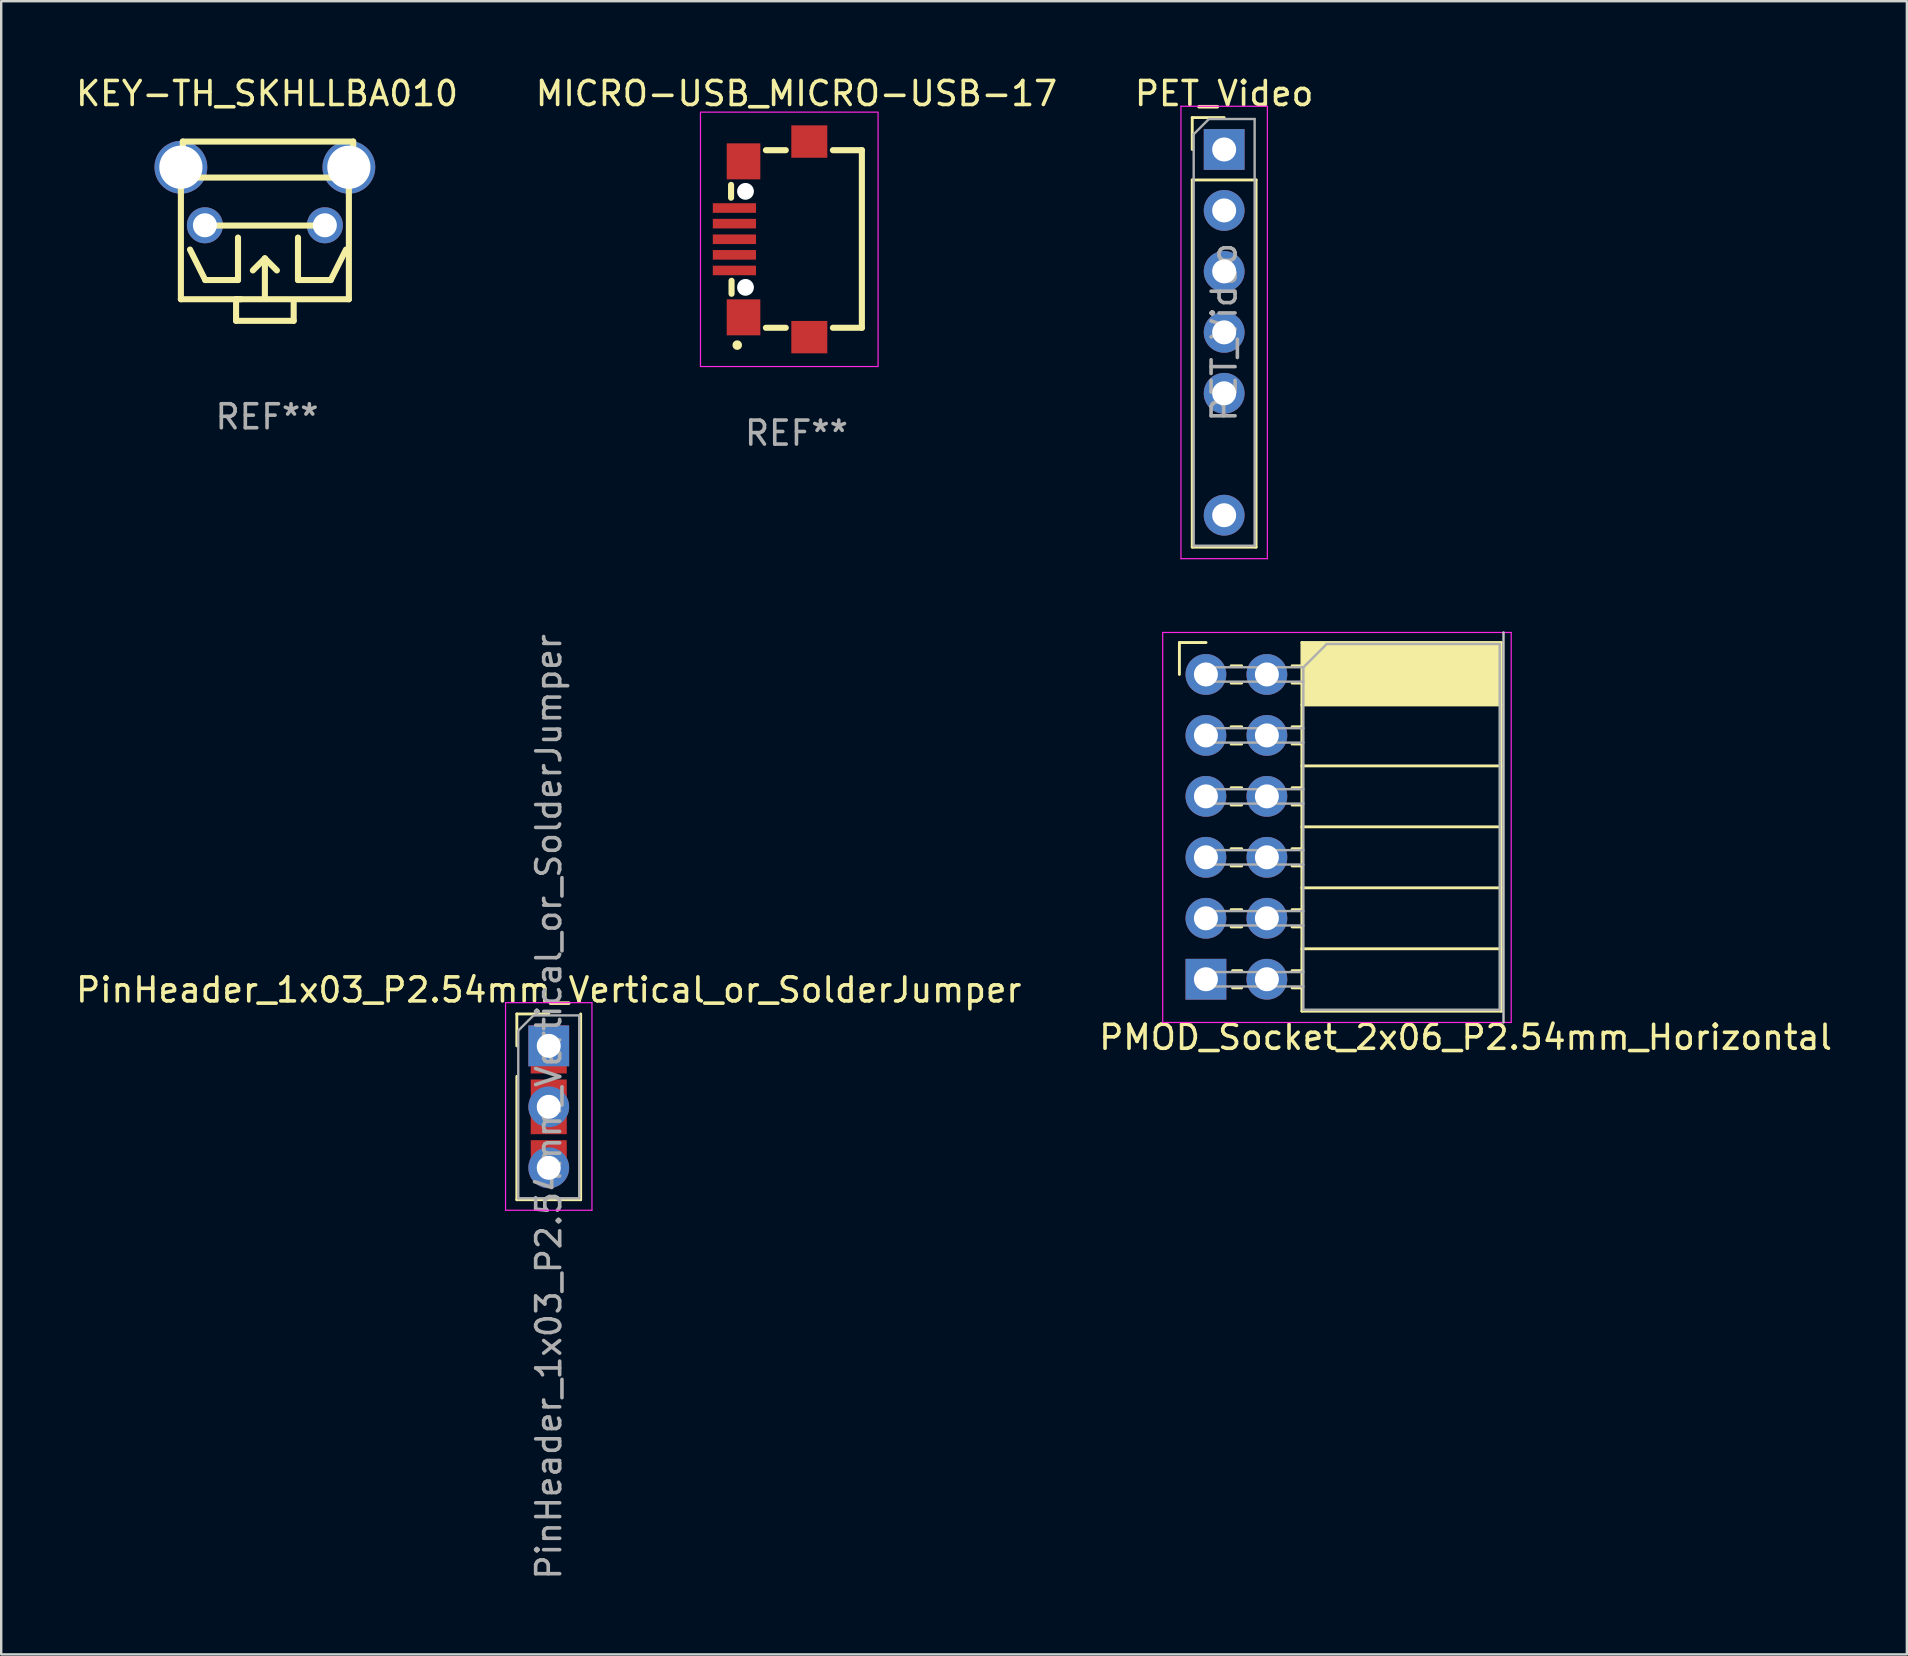
<source format=kicad_pcb>
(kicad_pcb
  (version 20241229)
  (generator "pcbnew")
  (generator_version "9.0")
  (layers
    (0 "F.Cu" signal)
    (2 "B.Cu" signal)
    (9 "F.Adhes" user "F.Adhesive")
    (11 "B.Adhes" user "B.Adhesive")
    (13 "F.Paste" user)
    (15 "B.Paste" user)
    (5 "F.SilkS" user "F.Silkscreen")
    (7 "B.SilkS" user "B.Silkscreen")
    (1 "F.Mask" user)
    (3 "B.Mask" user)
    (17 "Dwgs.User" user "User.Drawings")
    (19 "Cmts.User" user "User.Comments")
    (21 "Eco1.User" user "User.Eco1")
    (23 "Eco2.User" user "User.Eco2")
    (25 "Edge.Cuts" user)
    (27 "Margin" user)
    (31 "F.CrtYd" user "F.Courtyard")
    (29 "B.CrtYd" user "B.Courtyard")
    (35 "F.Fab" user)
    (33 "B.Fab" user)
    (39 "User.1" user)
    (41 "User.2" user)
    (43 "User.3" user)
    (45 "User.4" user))
  (footprint "PinHeader_1x03_P2.54mm_Vertical_or_SolderJumper"
    (layer "F.Cu")
    (at 19.815 40.529)
    (property "Reference" "PinHeader_1x03_P2.54mm_Vertical_or_SolderJumper" (at 0 -2.33 0) (layer "F.SilkS") (effects (font (size 1 1) (thickness 0.15))))
    (attr through_hole)
    (fp_line (start -1.33 -1.33) (end 0 -1.33) (stroke (width 0.12) (type solid)) (layer "F.SilkS"))
    (fp_line (start -1.33 0) (end -1.33 -1.33) (stroke (width 0.12) (type solid)) (layer "F.SilkS"))
    (fp_line (start -1.33 1.27) (end -1.33 6.41) (stroke (width 0.12) (type solid)) (layer "F.SilkS"))
    (fp_line (start -1.33 6.41) (end 1.33 6.41) (stroke (width 0.12) (type solid)) (layer "F.SilkS"))
    (fp_line (start 1.33 -1.33) (end 1.33 6.41) (stroke (width 0.12) (type solid)) (layer "F.SilkS"))
    (fp_line (start -1.8 -1.8) (end -1.8 6.85) (stroke (width 0.05) (type solid)) (layer "F.CrtYd"))
    (fp_line (start -1.8 6.85) (end 1.8 6.85) (stroke (width 0.05) (type solid)) (layer "F.CrtYd"))
    (fp_line (start 1.8 -1.8) (end -1.8 -1.8) (stroke (width 0.05) (type solid)) (layer "F.CrtYd"))
    (fp_line (start 1.8 6.85) (end 1.8 -1.8) (stroke (width 0.05) (type solid)) (layer "F.CrtYd"))
    (fp_line (start -1.27 -0.635) (end -0.635 -1.27) (stroke (width 0.1) (type solid)) (layer "F.Fab"))
    (fp_line (start -1.27 6.35) (end -1.27 -0.635) (stroke (width 0.1) (type solid)) (layer "F.Fab"))
    (fp_line (start -0.635 -1.27) (end 1.27 -1.27) (stroke (width 0.1) (type solid)) (layer "F.Fab"))
    (fp_line (start 1.27 -1.27) (end 1.27 6.35) (stroke (width 0.1) (type solid)) (layer "F.Fab"))
    (fp_line (start 1.27 6.35) (end -1.27 6.35) (stroke (width 0.1) (type solid)) (layer "F.Fab"))
    (fp_text user "${REFERENCE}" (at 0 2.54 90) (layer "F.Fab") (effects (font (size 1 1) (thickness 0.15))))
    (pad "1" thru_hole rect (at 0 0) (size 1.7 1.7) (drill 1) (layers "*.Cu" "*.Mask"))
    (pad "1" smd rect (at 0 0.15 270) (size 2 1.5) (layers "F.Cu" "F.Mask"))
    (pad "2" thru_hole oval (at 0 2.54) (size 1.7 1.7) (drill 1) (layers "*.Cu" "*.Mask"))
    (pad "2" smd rect (at 0 2.54 270) (size 2.28 1.5) (layers "F.Cu" "F.Mask"))
    (pad "3" smd rect (at 0 4.702 270) (size 1.545 1.5) (layers "F.Cu" "F.Mask"))
    (pad "3" thru_hole oval (at 0 5.08) (size 1.7 1.7) (drill 1) (layers "*.Cu" "*.Mask")))
  (footprint "MICRO-USB_MICRO-USB-17"
    (layer "F.Cu")
    (at 30.137 6.923)
    (property "Reference" "MICRO-USB_MICRO-USB-17" (at 0 -6.075 0) (layer "F.SilkS") (effects (font (size 1 1) (thickness 0.15))))
    (attr smd)
    (fp_line (start -2.725 -2.269) (end -2.725 -1.736) (stroke (width 0.254) (type solid)) (layer "F.SilkS"))
    (fp_line (start -2.705 1.727) (end -2.705 2.269) (stroke (width 0.254) (type solid)) (layer "F.SilkS"))
    (fp_line (start -0.446 -3.715) (end -1.274 -3.715) (stroke (width 0.254) (type solid)) (layer "F.SilkS"))
    (fp_line (start -0.446 3.685) (end -1.274 3.685) (stroke (width 0.254) (type solid)) (layer "F.SilkS"))
    (fp_line (start 2.725 -3.715) (end 1.517 -3.715) (stroke (width 0.254) (type solid)) (layer "F.SilkS"))
    (fp_line (start 2.725 -3.715) (end 2.725 3.685) (stroke (width 0.254) (type solid)) (layer "F.SilkS"))
    (fp_line (start 2.725 3.685) (end 1.517 3.685) (stroke (width 0.254) (type solid)) (layer "F.SilkS"))
    (fp_circle (center -2.468 4.407) (end -2.368 4.407) (stroke (width 0.2) (type solid)) (fill no) (layer "F.SilkS"))
    (fp_rect (start -4 -5.3) (end 3.4 5.3) (stroke (width 0.05) (type solid)) (fill no) (layer "F.CrtYd"))
    (fp_circle (center -2.124 -2) (end -2.011 -2) (stroke (width 0.225) (type solid)) (fill no) (layer "F.Fab"))
    (fp_circle (center -2.124 2) (end -2.011 2) (stroke (width 0.225) (type solid)) (fill no) (layer "F.Fab"))
    (fp_text user "REF**" (at 0 8.075 0) (layer "F.Fab") (effects (font (size 1 1) (thickness 0.15))))
    (pad "" np_thru_hole circle (at -2.124 -2) (size 0.7 0.7) (drill 0.7) (layers "*.Cu" "*.Mask"))
    (pad "" np_thru_hole circle (at -2.124 2) (size 0.7 0.7) (drill 0.7) (layers "*.Cu" "*.Mask"))
    (pad "1" smd rect (at -2.586 1.296) (size 1.8 0.4) (layers "F.Cu" "F.Mask" "F.Paste"))
    (pad "2" smd rect (at -2.586 0.646) (size 1.8 0.4) (layers "F.Cu" "F.Mask" "F.Paste"))
    (pad "3" smd rect (at -2.586 -0.004) (size 1.8 0.4) (layers "F.Cu" "F.Mask" "F.Paste"))
    (pad "4" smd rect (at -2.586 -0.654) (size 1.8 0.4) (layers "F.Cu" "F.Mask" "F.Paste"))
    (pad "5" smd rect (at -2.586 -1.305) (size 1.8 0.4) (layers "F.Cu" "F.Mask" "F.Paste"))
    (pad "Shield" smd rect (at -2.206 -3.25 270) (size 1.5 1.4) (layers "F.Cu" "F.Mask" "F.Paste"))
    (pad "Shield" smd rect (at -2.206 3.25 270) (size 1.5 1.4) (layers "F.Cu" "F.Mask" "F.Paste"))
    (pad "Shield" smd rect (at 0.535 -4.075) (size 1.5 1.35) (layers "F.Cu" "F.Mask" "F.Paste"))
    (pad "Shield" smd rect (at 0.535 4.075) (size 1.5 1.35) (layers "F.Cu" "F.Mask" "F.Paste")))
  (footprint "KEY-TH_SKHLLBA010"
    (layer "F.Cu")
    (at 8.077 6.583)
    (property "Reference" "KEY-TH_SKHLLBA010" (at 0 -5.735 0) (layer "F.SilkS") (effects (font (size 1 1) (thickness 0.15))))
    (attr through_hole)
    (fp_line (start -3.59 -2.235) (end -3.51 -2.235) (stroke (width 0.254) (type solid)) (layer "F.SilkS"))
    (fp_line (start -3.59 2.835) (end -3.59 -2.235) (stroke (width 0.254) (type solid)) (layer "F.SilkS"))
    (fp_line (start -3.51 -3.735) (end 3.59 -3.735) (stroke (width 0.254) (type solid)) (layer "F.SilkS"))
    (fp_line (start -3.51 -2.235) (end -3.51 -3.735) (stroke (width 0.254) (type solid)) (layer "F.SilkS"))
    (fp_line (start -3.21 0.765) (end -2.575 2.035) (stroke (width 0.254) (type solid)) (layer "F.SilkS"))
    (fp_line (start -2.575 2.035) (end -1.21 2.035) (stroke (width 0.254) (type solid)) (layer "F.SilkS"))
    (fp_line (start -1.29 2.835) (end -1.29 3.735) (stroke (width 0.254) (type solid)) (layer "F.SilkS"))
    (fp_line (start -1.29 3.735) (end 1.11 3.735) (stroke (width 0.254) (type solid)) (layer "F.SilkS"))
    (fp_line (start -1.21 2.035) (end -1.21 0.265) (stroke (width 0.254) (type solid)) (layer "F.SilkS"))
    (fp_line (start -1.09 2.835) (end -1.29 2.835) (stroke (width 0.254) (type solid)) (layer "F.SilkS"))
    (fp_line (start -0.09 1.135) (end -0.59 1.635) (stroke (width 0.254) (type solid)) (layer "F.SilkS"))
    (fp_line (start -0.09 1.135) (end 0.41 1.635) (stroke (width 0.254) (type solid)) (layer "F.SilkS"))
    (fp_line (start -0.09 2.735) (end -0.09 1.135) (stroke (width 0.254) (type solid)) (layer "F.SilkS"))
    (fp_line (start 1.11 3.735) (end 1.11 2.935) (stroke (width 0.254) (type solid)) (layer "F.SilkS"))
    (fp_line (start 1.29 2.035) (end 1.29 0.265) (stroke (width 0.254) (type solid)) (layer "F.SilkS"))
    (fp_line (start 2.29 -0.235) (end -2.21 -0.235) (stroke (width 0.254) (type solid)) (layer "F.SilkS"))
    (fp_line (start 2.655 2.035) (end 1.29 2.035) (stroke (width 0.254) (type solid)) (layer "F.SilkS"))
    (fp_line (start 3.29 0.765) (end 2.655 2.035) (stroke (width 0.254) (type solid)) (layer "F.SilkS"))
    (fp_line (start 3.41 -2.235) (end 3.41 2.835) (stroke (width 0.254) (type solid)) (layer "F.SilkS"))
    (fp_line (start 3.41 2.835) (end -3.59 2.835) (stroke (width 0.254) (type solid)) (layer "F.SilkS"))
    (fp_line (start 3.59 -3.735) (end 3.59 -2.235) (stroke (width 0.254) (type solid)) (layer "F.SilkS"))
    (fp_line (start 3.59 -2.235) (end -3.51 -2.235) (stroke (width 0.254) (type solid)) (layer "F.SilkS"))
    (fp_line (start 3.59 -2.235) (end 3.41 -2.235) (stroke (width 0.254) (type solid)) (layer "F.SilkS"))
    (fp_text user "REF**" (at 0 7.735 0) (layer "F.Fab") (effects (font (size 1 1) (thickness 0.15))))
    (pad "1" thru_hole circle (at -2.589 -0.246) (size 1.5 1.5) (drill 1) (layers "*.Cu" "*.Mask"))
    (pad "2" thru_hole circle (at 2.409 -0.246) (size 1.5 1.5) (drill 1) (layers "*.Cu" "*.Mask"))
    (pad "3" thru_hole circle (at -3.59 -2.664) (size 2.2 2.2) (drill 1.8) (layers "*.Cu" "*.Mask"))
    (pad "3" thru_hole circle (at 3.41 -2.664) (size 2.2 2.2) (drill 1.8) (layers "*.Cu" "*.Mask")))
  (footprint "PET_Video"
    (layer "F.Cu")
    (at 47.958 3.178)
    (property "Reference" "PET_Video" (at 0 -2.33 180) (layer "F.SilkS") (effects (font (size 1 1) (thickness 0.15))))
    (attr through_hole)
    (fp_line (start -1.33 -1.33) (end 0 -1.33) (stroke (width 0.12) (type solid)) (layer "F.SilkS"))
    (fp_line (start -1.33 0) (end -1.33 -1.33) (stroke (width 0.12) (type solid)) (layer "F.SilkS"))
    (fp_line (start -1.33 1.27) (end -1.33 16.57) (stroke (width 0.12) (type solid)) (layer "F.SilkS"))
    (fp_line (start -1.33 1.27) (end 1.33 1.27) (stroke (width 0.12) (type solid)) (layer "F.SilkS"))
    (fp_line (start -1.33 16.57) (end 1.33 16.57) (stroke (width 0.12) (type solid)) (layer "F.SilkS"))
    (fp_line (start 1.33 1.27) (end 1.33 16.57) (stroke (width 0.12) (type solid)) (layer "F.SilkS"))
    (fp_line (start -1.8 -1.8) (end -1.8 17.05) (stroke (width 0.05) (type solid)) (layer "F.CrtYd"))
    (fp_line (start -1.8 17.05) (end 1.8 17.05) (stroke (width 0.05) (type solid)) (layer "F.CrtYd"))
    (fp_line (start 1.8 -1.8) (end -1.8 -1.8) (stroke (width 0.05) (type solid)) (layer "F.CrtYd"))
    (fp_line (start 1.8 17.05) (end 1.8 -1.8) (stroke (width 0.05) (type solid)) (layer "F.CrtYd"))
    (fp_line (start -1.27 -0.635) (end -0.635 -1.27) (stroke (width 0.1) (type solid)) (layer "F.Fab"))
    (fp_line (start -1.27 16.51) (end -1.27 -0.635) (stroke (width 0.1) (type solid)) (layer "F.Fab"))
    (fp_line (start -0.635 -1.27) (end 1.27 -1.27) (stroke (width 0.1) (type solid)) (layer "F.Fab"))
    (fp_line (start 1.27 -1.27) (end 1.27 16.51) (stroke (width 0.1) (type solid)) (layer "F.Fab"))
    (fp_line (start 1.27 16.51) (end -1.27 16.51) (stroke (width 0.1) (type solid)) (layer "F.Fab"))
    (fp_text user "${REFERENCE}" (at 0 7.62 90) (layer "F.Fab") (effects (font (size 1 1) (thickness 0.15))))
    (pad "1" thru_hole rect (at 0 0) (size 1.7 1.7) (drill 1) (layers "*.Cu" "*.Mask"))
    (pad "2" thru_hole oval (at 0 2.54) (size 1.7 1.7) (drill 1) (layers "*.Cu" "*.Mask"))
    (pad "3" thru_hole oval (at 0 5.08) (size 1.7 1.7) (drill 1) (layers "*.Cu" "*.Mask"))
    (pad "4" thru_hole oval (at 0 7.62) (size 1.7 1.7) (drill 1) (layers "*.Cu" "*.Mask"))
    (pad "5" thru_hole oval (at 0 10.16) (size 1.7 1.7) (drill 1) (layers "*.Cu" "*.Mask"))
    (pad "7" thru_hole oval (at 0 15.24) (size 1.7 1.7) (drill 1) (layers "*.Cu" "*.Mask")))
  (footprint "PMOD_Socket_2x06_P2.54mm_Horizontal"
    (layer "F.Cu")
    (at 47.198 25.053)
    (property "Reference" "PMOD_Socket_2x06_P2.54mm_Horizontal" (at 10.82 15.12 180) (layer "F.SilkS") (effects (font (size 1 1) (thickness 0.15))))
    (attr through_hole)
    (fp_line (start -1.105 -1.33) (end -1.105 0) (stroke (width 0.12) (type solid)) (layer "F.SilkS"))
    (fp_line (start 0.005 -1.33) (end -1.105 -1.33) (stroke (width 0.12) (type solid)) (layer "F.SilkS"))
    (fp_line (start 1.49 -0.36) (end 1.05 -0.36) (stroke (width 0.12) (type solid)) (layer "F.SilkS"))
    (fp_line (start 1.49 0.36) (end 1.05 0.36) (stroke (width 0.12) (type solid)) (layer "F.SilkS"))
    (fp_line (start 1.49 2.18) (end 1.05 2.18) (stroke (width 0.12) (type solid)) (layer "F.SilkS"))
    (fp_line (start 1.49 2.9) (end 1.05 2.9) (stroke (width 0.12) (type solid)) (layer "F.SilkS"))
    (fp_line (start 1.49 4.72) (end 1.05 4.72) (stroke (width 0.12) (type solid)) (layer "F.SilkS"))
    (fp_line (start 1.49 5.44) (end 1.05 5.44) (stroke (width 0.12) (type solid)) (layer "F.SilkS"))
    (fp_line (start 1.49 7.26) (end 1.05 7.26) (stroke (width 0.12) (type solid)) (layer "F.SilkS"))
    (fp_line (start 1.49 7.98) (end 1.05 7.98) (stroke (width 0.12) (type solid)) (layer "F.SilkS"))
    (fp_line (start 1.49 9.8) (end 1.05 9.8) (stroke (width 0.12) (type solid)) (layer "F.SilkS"))
    (fp_line (start 1.49 10.52) (end 1.05 10.52) (stroke (width 0.12) (type solid)) (layer "F.SilkS"))
    (fp_line (start 1.49 12.34) (end 1.11 12.34) (stroke (width 0.12) (type solid)) (layer "F.SilkS"))
    (fp_line (start 1.49 13.06) (end 1.11 13.06) (stroke (width 0.12) (type solid)) (layer "F.SilkS"))
    (fp_line (start 4 -0.36) (end 3.59 -0.36) (stroke (width 0.12) (type solid)) (layer "F.SilkS"))
    (fp_line (start 4 0.36) (end 3.59 0.36) (stroke (width 0.12) (type solid)) (layer "F.SilkS"))
    (fp_line (start 4 2.18) (end 3.59 2.18) (stroke (width 0.12) (type solid)) (layer "F.SilkS"))
    (fp_line (start 4 2.9) (end 3.59 2.9) (stroke (width 0.12) (type solid)) (layer "F.SilkS"))
    (fp_line (start 4 4.72) (end 3.59 4.72) (stroke (width 0.12) (type solid)) (layer "F.SilkS"))
    (fp_line (start 4 5.44) (end 3.59 5.44) (stroke (width 0.12) (type solid)) (layer "F.SilkS"))
    (fp_line (start 4 7.26) (end 3.59 7.26) (stroke (width 0.12) (type solid)) (layer "F.SilkS"))
    (fp_line (start 4 7.98) (end 3.59 7.98) (stroke (width 0.12) (type solid)) (layer "F.SilkS"))
    (fp_line (start 4 9.8) (end 3.59 9.8) (stroke (width 0.12) (type solid)) (layer "F.SilkS"))
    (fp_line (start 4 10.52) (end 3.59 10.52) (stroke (width 0.12) (type solid)) (layer "F.SilkS"))
    (fp_line (start 4 12.34) (end 3.59 12.34) (stroke (width 0.12) (type solid)) (layer "F.SilkS"))
    (fp_line (start 4 13.06) (end 3.59 13.06) (stroke (width 0.12) (type solid)) (layer "F.SilkS"))
    (fp_line (start 4 14.03) (end 4 -1.33) (stroke (width 0.12) (type solid)) (layer "F.SilkS"))
    (fp_line (start 12.3 -1.33) (end 4 -1.33) (stroke (width 0.12) (type solid)) (layer "F.SilkS"))
    (fp_line (start 12.3 1.27) (end 4 1.27) (stroke (width 0.12) (type solid)) (layer "F.SilkS"))
    (fp_line (start 12.3 3.81) (end 4 3.81) (stroke (width 0.12) (type solid)) (layer "F.SilkS"))
    (fp_line (start 12.3 6.35) (end 4 6.35) (stroke (width 0.12) (type solid)) (layer "F.SilkS"))
    (fp_line (start 12.3 8.89) (end 4 8.89) (stroke (width 0.12) (type solid)) (layer "F.SilkS"))
    (fp_line (start 12.3 11.43) (end 4 11.43) (stroke (width 0.12) (type solid)) (layer "F.SilkS"))
    (fp_line (start 12.3 14.03) (end 4 14.03) (stroke (width 0.12) (type solid)) (layer "F.SilkS"))
    (fp_line (start 12.3 14.03) (end 12.3 -1.33) (stroke (width 0.12) (type solid)) (layer "F.SilkS"))
    (fp_rect (start 4 -1.33) (end 12.3 1.27) (stroke (width 0) (type solid)) (fill yes) (layer "F.SilkS"))
    (fp_line (start 12.4 14.5) (end 12.4 -1.75) (stroke (width 0.1) (type default)) (layer "Dwgs.User"))
    (fp_line (start -1.8 -1.75) (end -1.8 14.5) (stroke (width 0.05) (type solid)) (layer "F.CrtYd"))
    (fp_line (start -1.8 14.5) (end 12.72 14.5) (stroke (width 0.05) (type solid)) (layer "F.CrtYd"))
    (fp_line (start 12.72 -1.75) (end -1.8 -1.75) (stroke (width 0.05) (type solid)) (layer "F.CrtYd"))
    (fp_line (start 12.72 14.5) (end 12.72 -1.75) (stroke (width 0.05) (type solid)) (layer "F.CrtYd"))
    (fp_line (start 0 -0.3) (end 0 0.3) (stroke (width 0.1) (type solid)) (layer "F.Fab"))
    (fp_line (start 0 0.3) (end 4.06 0.3) (stroke (width 0.1) (type solid)) (layer "F.Fab"))
    (fp_line (start 0 2.24) (end 0 2.84) (stroke (width 0.1) (type solid)) (layer "F.Fab"))
    (fp_line (start 0 2.84) (end 4.06 2.84) (stroke (width 0.1) (type solid)) (layer "F.Fab"))
    (fp_line (start 0 4.78) (end 0 5.38) (stroke (width 0.1) (type solid)) (layer "F.Fab"))
    (fp_line (start 0 5.38) (end 4.06 5.38) (stroke (width 0.1) (type solid)) (layer "F.Fab"))
    (fp_line (start 0 7.32) (end 0 7.92) (stroke (width 0.1) (type solid)) (layer "F.Fab"))
    (fp_line (start 0 7.92) (end 4.06 7.92) (stroke (width 0.1) (type solid)) (layer "F.Fab"))
    (fp_line (start 0 9.86) (end 0 10.46) (stroke (width 0.1) (type solid)) (layer "F.Fab"))
    (fp_line (start 0 10.46) (end 4.06 10.46) (stroke (width 0.1) (type solid)) (layer "F.Fab"))
    (fp_line (start 0 12.4) (end 0 13) (stroke (width 0.1) (type solid)) (layer "F.Fab"))
    (fp_line (start 0 13) (end 4.06 13) (stroke (width 0.1) (type solid)) (layer "F.Fab"))
    (fp_line (start 4.06 -0.3) (end 0 -0.3) (stroke (width 0.1) (type solid)) (layer "F.Fab"))
    (fp_line (start 4.06 2.24) (end 0 2.24) (stroke (width 0.1) (type solid)) (layer "F.Fab"))
    (fp_line (start 4.06 4.78) (end 0 4.78) (stroke (width 0.1) (type solid)) (layer "F.Fab"))
    (fp_line (start 4.06 7.32) (end 0 7.32) (stroke (width 0.1) (type solid)) (layer "F.Fab"))
    (fp_line (start 4.06 9.86) (end 0 9.86) (stroke (width 0.1) (type solid)) (layer "F.Fab"))
    (fp_line (start 4.06 12.4) (end 0 12.4) (stroke (width 0.1) (type solid)) (layer "F.Fab"))
    (fp_line (start 4.06 13.97) (end 4.06 -0.3) (stroke (width 0.1) (type solid)) (layer "F.Fab"))
    (fp_line (start 5.035 -1.27) (end 4.065 -0.3) (stroke (width 0.1) (type solid)) (layer "F.Fab"))
    (fp_line (start 5.035 -1.27) (end 12.24 -1.27) (stroke (width 0.1) (type solid)) (layer "F.Fab"))
    (fp_line (start 12.24 -1.27) (end 12.24 13.97) (stroke (width 0.1) (type solid)) (layer "F.Fab"))
    (fp_line (start 12.24 13.97) (end 4.06 13.97) (stroke (width 0.1) (type solid)) (layer "F.Fab"))
    (pad "1" thru_hole oval (at 0 0 180) (size 1.7 1.7) (drill 1) (layers "*.Cu" "*.Mask"))
    (pad "2" thru_hole oval (at 0 2.54 180) (size 1.7 1.7) (drill 1) (layers "*.Cu" "*.Mask"))
    (pad "3" thru_hole oval (at 0 5.08 180) (size 1.7 1.7) (drill 1) (layers "*.Cu" "*.Mask"))
    (pad "4" thru_hole oval (at 0 7.62 180) (size 1.7 1.7) (drill 1) (layers "*.Cu" "*.Mask"))
    (pad "5" thru_hole oval (at 0 10.16 180) (size 1.7 1.7) (drill 1) (layers "*.Cu" "*.Mask"))
    (pad "6" thru_hole rect (at 0 12.7 180) (size 1.7 1.7) (drill 1) (layers "*.Cu" "*.Mask"))
    (pad "7" thru_hole oval (at 2.54 0 180) (size 1.7 1.7) (drill 1) (layers "*.Cu" "*.Mask"))
    (pad "8" thru_hole oval (at 2.54 2.54 180) (size 1.7 1.7) (drill 1) (layers "*.Cu" "*.Mask"))
    (pad "9" thru_hole oval (at 2.54 5.08 180) (size 1.7 1.7) (drill 1) (layers "*.Cu" "*.Mask"))
    (pad "10" thru_hole oval (at 2.54 7.62 180) (size 1.7 1.7) (drill 1) (layers "*.Cu" "*.Mask"))
    (pad "11" thru_hole oval (at 2.54 10.16 180) (size 1.7 1.7) (drill 1) (layers "*.Cu" "*.Mask"))
    (pad "12" thru_hole oval (at 2.54 12.7 180) (size 1.7 1.7) (drill 1) (layers "*.Cu" "*.Mask")))
  (gr_rect
    (start -3 -3)
    (end 76.405 65.884)
    (stroke (width 0.1) (type default))
    (fill no)
    (layer "Edge.Cuts")))
</source>
